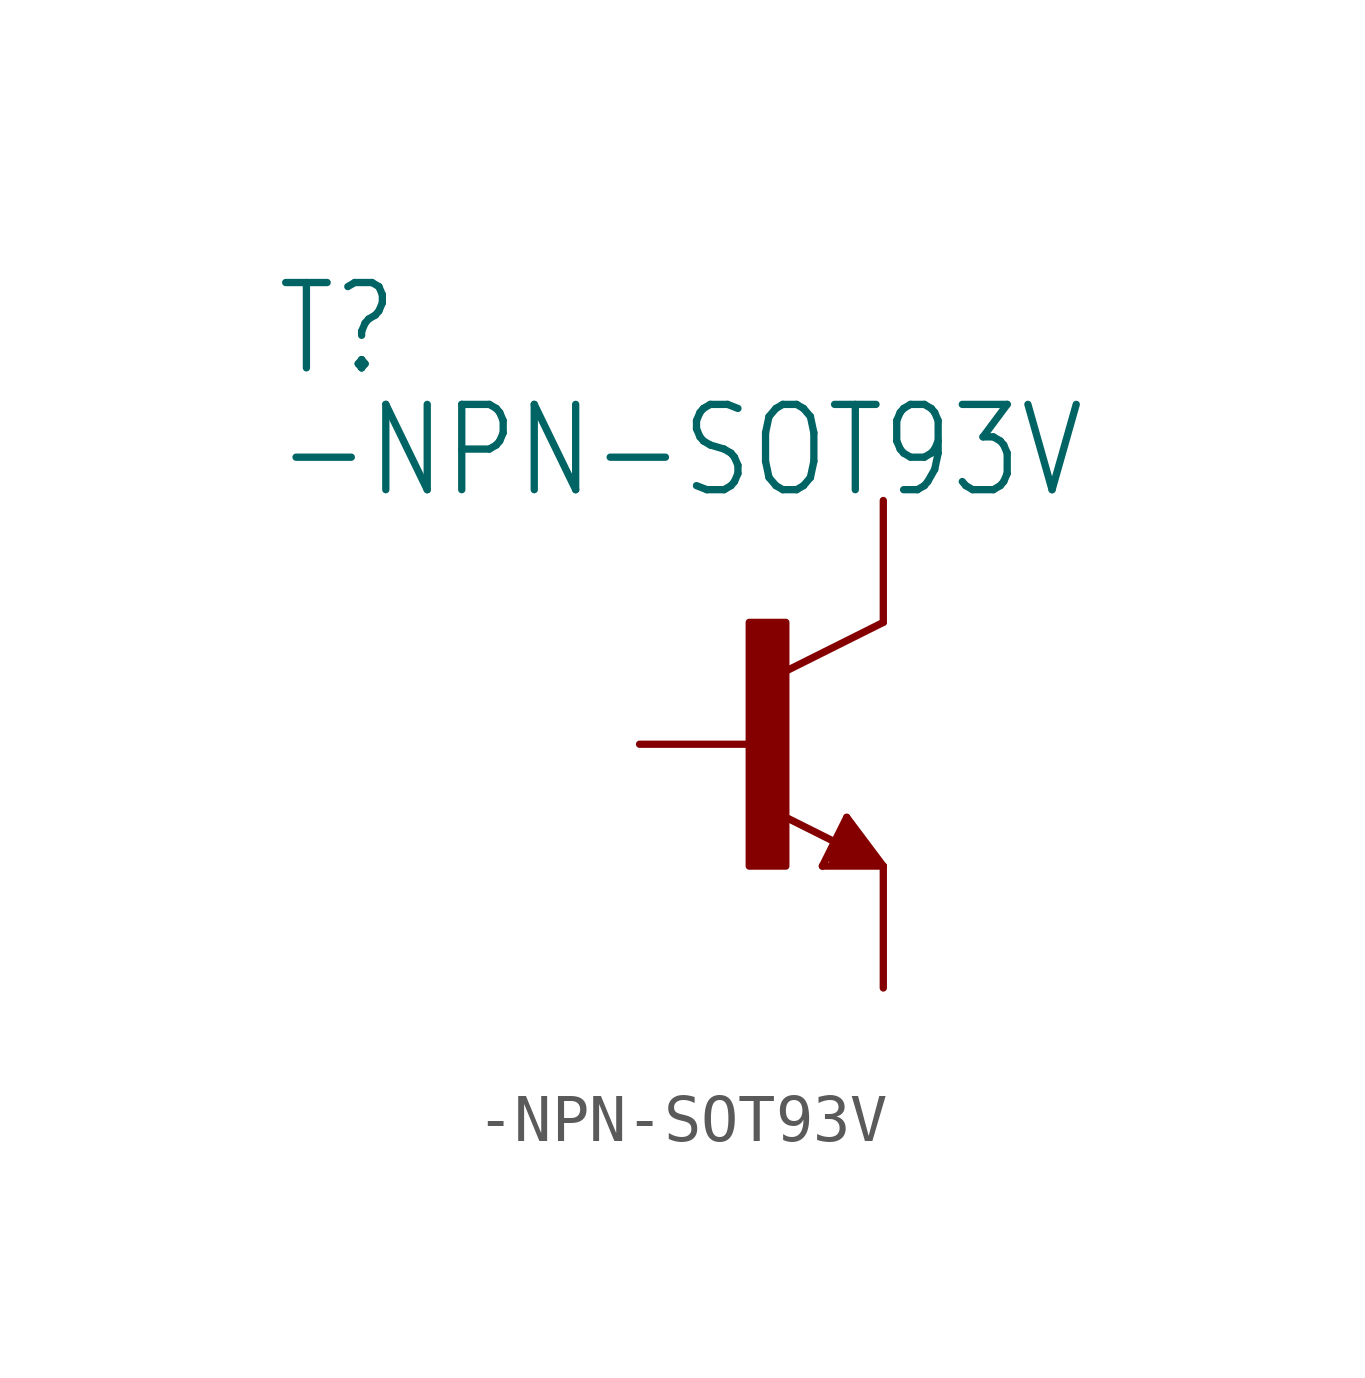
<source format=kicad_sym>
(kicad_symbol_lib
  (version 20210619)
  (generator kicad_symbol_editor)
  (symbol "-NPN-SOT93V"
    (property "Reference" "T"
      (at -10.16 7.62 0)
      (effects (font (size 1.778 1.511)) (justify left bottom)))
    (property "Value" "-NPN-SOT93V"
      (at -10.16 5.08 0)
      (effects (font (size 1.778 1.511)) (justify left bottom)))
    (property "ki_locked" ""
      (at 0 0 0)
      (effects (font (size 1.27 1.27))))
    (symbol "-NPN-SOT93V_1_0"
      (rectangle (start -0.254 -2.54) (end 0.508 2.54) (stroke (width 0)) (fill (type outline)))
      (polyline (pts (xy 1.27 -2.54) (xy 1.778 -1.524)) (stroke (width 0.152)) (fill (type none)))
      (polyline (pts (xy 1.524 -2.413) (xy 2.286 -2.413)) (stroke (width 0.254)) (fill (type none)))
      (polyline (pts (xy 1.524 -2.286) (xy 1.905 -2.286)) (stroke (width 0.254)) (fill (type none)))
      (polyline (pts (xy 1.54 -2.04) (xy 0.308 -1.424)) (stroke (width 0.152)) (fill (type none)))
      (polyline (pts (xy 1.778 -1.778) (xy 1.524 -2.286)) (stroke (width 0.254)) (fill (type none)))
      (polyline (pts (xy 1.778 -1.524) (xy 2.54 -2.54)) (stroke (width 0.152)) (fill (type none)))
      (polyline (pts (xy 1.905 -2.286) (xy 1.778 -2.032)) (stroke (width 0.254)) (fill (type none)))
      (polyline (pts (xy 2.286 -2.413) (xy 1.778 -1.778)) (stroke (width 0.254)) (fill (type none)))
      (polyline (pts (xy 2.54 -2.54) (xy 1.27 -2.54)) (stroke (width 0.152)) (fill (type none)))
      (polyline (pts (xy 2.54 2.54) (xy 0.508 1.524)) (stroke (width 0.152)) (fill (type none)))
      (pin passive line (at -2.54 0 0) (length 2.54) (name "B" (effects (font (size 0 0)))) (number "B" (effects (font (size 0 0)))))
      (pin passive line (at 2.54 5.08 270) (length 2.54) (name "C" (effects (font (size 0 0)))) (number "C" (effects (font (size 0 0)))))
      (pin passive line (at 2.54 -5.08 90) (length 2.54) (name "E" (effects (font (size 0 0)))) (number "E" (effects (font (size 0 0))))))))
</source>
